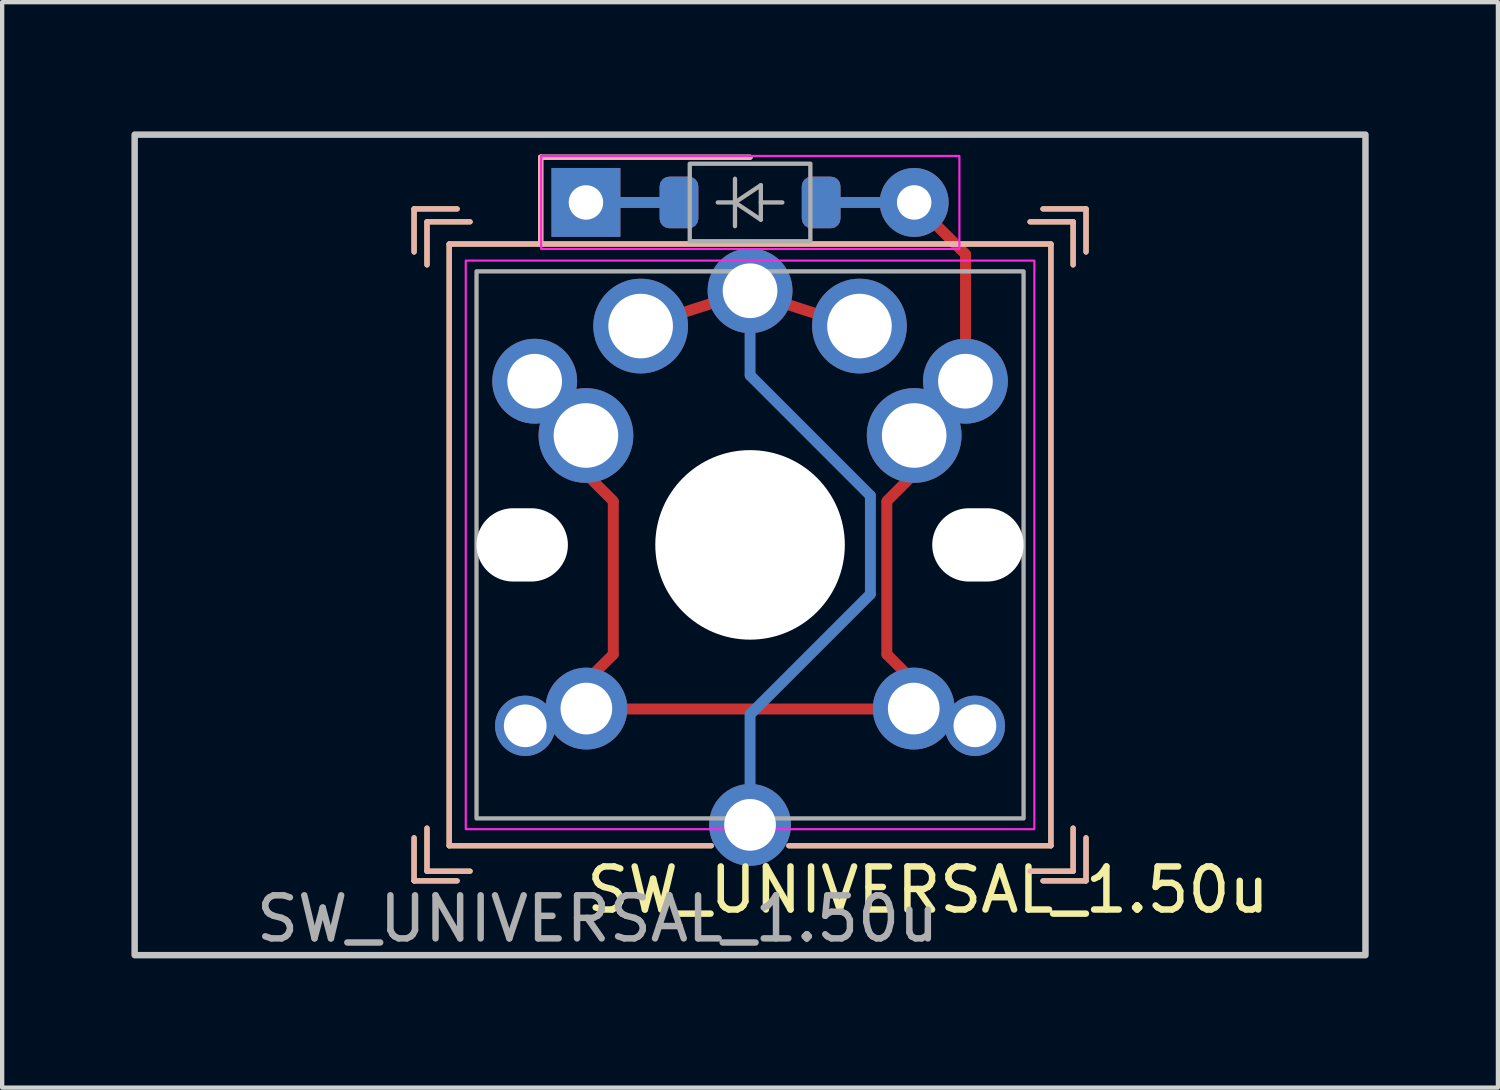
<source format=kicad_pcb>
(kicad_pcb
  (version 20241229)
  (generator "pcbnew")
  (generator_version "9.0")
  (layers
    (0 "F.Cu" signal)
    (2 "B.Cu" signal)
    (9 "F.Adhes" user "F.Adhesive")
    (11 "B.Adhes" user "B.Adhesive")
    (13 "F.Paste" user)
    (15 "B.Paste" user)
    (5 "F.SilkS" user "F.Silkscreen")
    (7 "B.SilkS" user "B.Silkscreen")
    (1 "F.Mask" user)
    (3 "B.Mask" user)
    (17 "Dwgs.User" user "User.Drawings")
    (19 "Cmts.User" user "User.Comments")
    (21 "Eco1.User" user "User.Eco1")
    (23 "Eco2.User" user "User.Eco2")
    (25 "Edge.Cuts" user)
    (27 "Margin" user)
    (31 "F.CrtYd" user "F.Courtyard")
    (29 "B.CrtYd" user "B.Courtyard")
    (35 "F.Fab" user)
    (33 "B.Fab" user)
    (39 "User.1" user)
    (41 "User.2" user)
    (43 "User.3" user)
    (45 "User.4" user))
  (footprint "SW_UNIVERSAL_1.50u"
    (layer "F.Cu")
    (at 14.363 9.6)
    (property "Reference" "SW_UNIVERSAL_1.50u" (at 4.13 8.01 0) (layer "F.SilkS") (effects (font (size 1 1) (thickness 0.15))))
    (attr through_hole)
    (fp_line (start -7.8 -7.8) (end -7.8 -6.8) (stroke (width 0.12) (type default)) (layer "F.SilkS"))
    (fp_line (start -7.8 -7.8) (end -6.8 -7.8) (stroke (width 0.12) (type default)) (layer "F.SilkS"))
    (fp_line (start -7.8 7.8) (end -7.8 6.8) (stroke (width 0.12) (type default)) (layer "F.SilkS"))
    (fp_line (start -7.8 7.8) (end -6.8 7.8) (stroke (width 0.12) (type default)) (layer "F.SilkS"))
    (fp_line (start -7.5 -7.5) (end -7.5 -6.5) (stroke (width 0.12) (type default)) (layer "F.SilkS"))
    (fp_line (start -7.5 -7.5) (end -6.5 -7.5) (stroke (width 0.12) (type default)) (layer "F.SilkS"))
    (fp_line (start -7.5 7.575) (end -7.5 6.575) (stroke (width 0.12) (type default)) (layer "F.SilkS"))
    (fp_line (start -7.5 7.575) (end -6.5 7.575) (stroke (width 0.12) (type default)) (layer "F.SilkS"))
    (fp_line (start -6.985 -6.985) (end 6.985 -6.985) (stroke (width 0.12) (type solid)) (layer "F.SilkS"))
    (fp_line (start -6.985 6.985) (end -6.985 -6.985) (stroke (width 0.12) (type solid)) (layer "F.SilkS"))
    (fp_line (start -4.86 -9) (end 0 -9) (stroke (width 0.12) (type default)) (layer "F.SilkS"))
    (fp_line (start -4.86 -7) (end -4.86 -9) (stroke (width 0.12) (type default)) (layer "F.SilkS"))
    (fp_line (start -0.9 6.985) (end -6.985 6.985) (stroke (width 0.12) (type solid)) (layer "F.SilkS"))
    (fp_line (start 6.985 -6.985) (end 6.985 6.985) (stroke (width 0.12) (type default)) (layer "F.SilkS"))
    (fp_line (start 6.985 6.985) (end 0.9 6.985) (stroke (width 0.12) (type default)) (layer "F.SilkS"))
    (fp_line (start 7.5 -7.5) (end 6.5 -7.5) (stroke (width 0.12) (type default)) (layer "F.SilkS"))
    (fp_line (start 7.5 -7.5) (end 7.5 -6.5) (stroke (width 0.12) (type default)) (layer "F.SilkS"))
    (fp_line (start 7.5 7.575) (end 6.5 7.575) (stroke (width 0.12) (type default)) (layer "F.SilkS"))
    (fp_line (start 7.5 7.575) (end 7.5 6.575) (stroke (width 0.12) (type default)) (layer "F.SilkS"))
    (fp_line (start 7.8 -7.8) (end 6.8 -7.8) (stroke (width 0.12) (type default)) (layer "F.SilkS"))
    (fp_line (start 7.8 -7.8) (end 7.8 -6.8) (stroke (width 0.12) (type default)) (layer "F.SilkS"))
    (fp_line (start 7.8 7.8) (end 6.8 7.8) (stroke (width 0.12) (type default)) (layer "F.SilkS"))
    (fp_line (start 7.8 7.8) (end 7.8 6.8) (stroke (width 0.12) (type default)) (layer "F.SilkS"))
    (fp_line (start -7.8 -6.8) (end -7.8 -7.8) (stroke (width 0.12) (type default)) (layer "B.SilkS"))
    (fp_line (start -7.8 6.8) (end -7.8 7.8) (stroke (width 0.12) (type default)) (layer "B.SilkS"))
    (fp_line (start -7.5 -6.5) (end -7.5 -7.5) (stroke (width 0.12) (type default)) (layer "B.SilkS"))
    (fp_line (start -7.5 6.575) (end -7.5 7.575) (stroke (width 0.12) (type default)) (layer "B.SilkS"))
    (fp_line (start -6.985 -6.985) (end 6.985 -6.985) (stroke (width 0.12) (type solid)) (layer "B.SilkS"))
    (fp_line (start -6.985 6.985) (end -6.985 -6.985) (stroke (width 0.12) (type default)) (layer "B.SilkS"))
    (fp_line (start -6.8 -7.8) (end -7.8 -7.8) (stroke (width 0.12) (type default)) (layer "B.SilkS"))
    (fp_line (start -6.8 7.8) (end -7.8 7.8) (stroke (width 0.12) (type default)) (layer "B.SilkS"))
    (fp_line (start -6.5 -7.5) (end -7.5 -7.5) (stroke (width 0.12) (type default)) (layer "B.SilkS"))
    (fp_line (start -6.5 7.575) (end -7.5 7.575) (stroke (width 0.12) (type default)) (layer "B.SilkS"))
    (fp_line (start -4.86 -7) (end -4.86 -9) (stroke (width 0.12) (type default)) (layer "B.SilkS"))
    (fp_line (start -0.9 6.985) (end -6.985 6.985) (stroke (width 0.12) (type default)) (layer "B.SilkS"))
    (fp_line (start 0 -9) (end -4.86 -9) (stroke (width 0.12) (type default)) (layer "B.SilkS"))
    (fp_line (start 6.5 -7.5) (end 7.5 -7.5) (stroke (width 0.12) (type default)) (layer "B.SilkS"))
    (fp_line (start 6.5 7.575) (end 7.5 7.575) (stroke (width 0.12) (type default)) (layer "B.SilkS"))
    (fp_line (start 6.8 -7.8) (end 7.8 -7.8) (stroke (width 0.12) (type default)) (layer "B.SilkS"))
    (fp_line (start 6.8 7.8) (end 7.8 7.8) (stroke (width 0.12) (type default)) (layer "B.SilkS"))
    (fp_line (start 6.985 -6.985) (end 6.985 6.985) (stroke (width 0.12) (type solid)) (layer "B.SilkS"))
    (fp_line (start 6.985 6.985) (end 0.9 6.985) (stroke (width 0.12) (type solid)) (layer "B.SilkS"))
    (fp_line (start 7.5 -6.5) (end 7.5 -7.5) (stroke (width 0.12) (type default)) (layer "B.SilkS"))
    (fp_line (start 7.5 6.575) (end 7.5 7.575) (stroke (width 0.12) (type default)) (layer "B.SilkS"))
    (fp_line (start 7.8 -6.8) (end 7.8 -7.8) (stroke (width 0.12) (type default)) (layer "B.SilkS"))
    (fp_line (start 7.8 6.8) (end 7.8 7.8) (stroke (width 0.12) (type default)) (layer "B.SilkS"))
    (fp_rect (start -14.287 -9.525) (end 14.287 9.525) (stroke (width 0.15) (type solid)) (fill no) (layer "Dwgs.User"))
    (fp_rect (start -6.6 -6.6) (end 6.6 6.6) (stroke (width 0.05) (type solid)) (fill no) (layer "F.CrtYd"))
    (fp_rect (start -4.85 -9.03) (end 4.86 -6.87) (stroke (width 0.05) (type solid)) (fill no) (layer "F.CrtYd"))
    (fp_line (start -0.75 -7.95) (end -0.35 -7.95) (stroke (width 0.1) (type solid)) (layer "F.Fab"))
    (fp_line (start -0.35 -7.95) (end -0.35 -8.5) (stroke (width 0.1) (type solid)) (layer "F.Fab"))
    (fp_line (start -0.35 -7.95) (end -0.35 -7.4) (stroke (width 0.1) (type solid)) (layer "F.Fab"))
    (fp_line (start -0.35 -7.95) (end 0.25 -8.35) (stroke (width 0.1) (type solid)) (layer "F.Fab"))
    (fp_line (start 0.25 -8.35) (end 0.25 -7.55) (stroke (width 0.1) (type solid)) (layer "F.Fab"))
    (fp_line (start 0.25 -7.95) (end 0.75 -7.95) (stroke (width 0.1) (type solid)) (layer "F.Fab"))
    (fp_line (start 0.25 -7.55) (end -0.35 -7.95) (stroke (width 0.1) (type solid)) (layer "F.Fab"))
    (fp_rect (start -6.35 -6.35) (end 6.35 6.35) (stroke (width 0.1) (type solid)) (fill no) (layer "F.Fab"))
    (fp_rect (start -1.4 -8.85) (end 1.4 -7.05) (stroke (width 0.1) (type solid)) (fill no) (layer "F.Fab"))
    (fp_line (start -8.5 -4) (end -8.5 -8.5) (stroke (width 0.12) (type default)) (layer "User.1"))
    (fp_line (start -8.5 4) (end -8.5 8.5) (stroke (width 0.12) (type default)) (layer "User.1"))
    (fp_line (start -7 -7) (end -7 -4) (stroke (width 0.12) (type default)) (layer "User.1"))
    (fp_line (start -7 -7) (end -5 -7) (stroke (width 0.12) (type default)) (layer "User.1"))
    (fp_line (start -7 -4) (end -8.5 -4) (stroke (width 0.12) (type default)) (layer "User.1"))
    (fp_line (start -7 4) (end -8.5 4) (stroke (width 0.12) (type default)) (layer "User.1"))
    (fp_line (start -7 7) (end -7 4) (stroke (width 0.12) (type default)) (layer "User.1"))
    (fp_line (start -7 7) (end -4 7) (stroke (width 0.12) (type default)) (layer "User.1"))
    (fp_line (start -5 -8.5) (end -8.5 -8.5) (stroke (width 0.12) (type default)) (layer "User.1"))
    (fp_line (start -5 -7) (end -5 -8.5) (stroke (width 0.12) (type default)) (layer "User.1"))
    (fp_line (start -4 7) (end -4 8.5) (stroke (width 0.12) (type default)) (layer "User.1"))
    (fp_line (start -4 8.5) (end -8.5 8.5) (stroke (width 0.12) (type default)) (layer "User.1"))
    (fp_line (start 4 7) (end 4 8.5) (stroke (width 0.12) (type default)) (layer "User.1"))
    (fp_line (start 4 8.5) (end 8.5 8.5) (stroke (width 0.12) (type default)) (layer "User.1"))
    (fp_line (start 5 -8.5) (end 8.5 -8.5) (stroke (width 0.12) (type default)) (layer "User.1"))
    (fp_line (start 5 -7) (end 5 -8.5) (stroke (width 0.12) (type default)) (layer "User.1"))
    (fp_line (start 7 -7) (end 5 -7) (stroke (width 0.12) (type default)) (layer "User.1"))
    (fp_line (start 7 -7) (end 7 -4) (stroke (width 0.12) (type default)) (layer "User.1"))
    (fp_line (start 7 -4) (end 8.5 -4) (stroke (width 0.12) (type default)) (layer "User.1"))
    (fp_line (start 7 4) (end 8.5 4) (stroke (width 0.12) (type default)) (layer "User.1"))
    (fp_line (start 7 7) (end 4 7) (stroke (width 0.12) (type default)) (layer "User.1"))
    (fp_line (start 7 7) (end 7 4) (stroke (width 0.12) (type default)) (layer "User.1"))
    (fp_line (start 8.5 -4) (end 8.5 -8.5) (stroke (width 0.12) (type default)) (layer "User.1"))
    (fp_line (start 8.5 4) (end 8.5 8.5) (stroke (width 0.12) (type default)) (layer "User.1"))
    (fp_rect (start -7 -9) (end 7 7) (stroke (width 0.12) (type default)) (fill no) (layer "User.2"))
    (fp_rect (start -7 -7) (end 7 7) (stroke (width 0.12) (type default)) (fill no) (layer "User.3"))
    (fp_text user "${REFERENCE}" (at -3.54 8.68 0) (layer "F.Fab") (effects (font (size 1 1) (thickness 0.15))))
    (pad "" np_thru_hole oval (at -5.29 0 180) (size 2.122 1.702) (drill oval 2.122 1.702) (layers "*.Cu" "*.Mask"))
    (pad "" np_thru_hole circle (at 0 0) (size 4.4 4.4) (drill 4.4) (layers "*.Cu" "*.Mask"))
    (pad "" np_thru_hole oval (at 5.29 0 180) (size 2.122 1.702) (drill oval 2.122 1.702) (layers "*.Cu" "*.Mask"))
    (pad "1" thru_hole circle (at -2.54 -5.08) (size 2.2 2.2) (drill 1.5) (layers "*.Cu" "*.Mask"))
    (pad "1" smd roundrect (at -1.3 -5.475 107.9) (size 0.254 1.333) (layers "F.Cu") (roundrect_rratio 0.164))
    (pad "1" smd roundrect (at -0.000001 4.826) (size 0.254 2.032) (layers "B.Cu") (roundrect_rratio 0.5))
    (pad "1" thru_hole circle (at 0 -5.9 180) (size 1.97 1.97) (drill 1.27) (layers "*.Cu" "*.Mask"))
    (pad "1" smd roundrect (at 0 -4.78) (size 0.254 1.939) (layers "B.Cu") (roundrect_rratio 0.5))
    (pad "1" thru_hole circle (at 0 6.5) (size 1.9 1.9) (drill 1.2) (layers "*.Cu" "*.Mask"))
    (pad "1" smd roundrect (at 1.2 -5.475 72.1) (size 0.254 1.333) (layers "F.Cu") (roundrect_rratio 0.164))
    (pad "1" smd roundrect (at 1.397 -2.54 225) (size 0.254 4.194) (layers "B.Cu") (roundrect_rratio 0.5))
    (pad "1" smd roundrect (at 1.397 2.54 315) (size 0.254 4.194) (layers "B.Cu") (roundrect_rratio 0.5))
    (pad "1" thru_hole circle (at 2.54 -5.08) (size 2.2 2.2) (drill 1.5) (layers "*.Cu" "*.Mask"))
    (pad "1" smd roundrect (at 2.794 0) (size 0.254 2.54) (layers "B.Cu") (roundrect_rratio 0.5))
    (pad "2" thru_hole rect (at -3.81 -7.95 90) (size 1.6 1.6) (drill 0.8) (layers "*.Cu" "*.Mask"))
    (pad "2" smd roundrect (at -2.6 -7.95 270) (size 0.254 1.333) (layers "F.Cu") (roundrect_rratio 0.164))
    (pad "2" smd roundrect (at -2.6 -7.95 270) (size 0.254 1.333) (layers "B.Cu") (roundrect_rratio 0.164))
    (pad "2" smd roundrect (at -1.65 -7.95) (size 0.9 1.2) (layers "F.Cu" "F.Mask" "F.Paste") (roundrect_rratio 0.25))
    (pad "2" smd roundrect (at -1.65 -7.95 180) (size 0.9 1.2) (layers "B.Cu" "B.Mask" "B.Paste") (roundrect_rratio 0.25))
    (pad "3" thru_hole circle (at -5.22 4.2 180) (size 1.4 1.4) (drill 0.991) (layers "*.Cu" "*.Mask"))
    (pad "3" thru_hole circle (at -5 -3.8 180) (size 1.97 1.97) (drill 1.27) (layers "*.Cu" "*.Mask"))
    (pad "3" thru_hole circle (at -3.81 -2.54) (size 2.2 2.2) (drill 1.5) (layers "*.Cu" "*.Mask"))
    (pad "3" thru_hole circle (at -3.8 3.8) (size 1.9 1.9) (drill 1.2) (layers "*.Cu" "*.Mask"))
    (pad "3" smd roundrect (at -3.429 -1.27 45) (size 0.254 0.97) (layers "F.Cu") (roundrect_rratio 0.5))
    (pad "3" smd roundrect (at -3.429 2.794 135) (size 0.254 0.97) (layers "F.Cu") (roundrect_rratio 0.5))
    (pad "3" smd roundrect (at -3.175 0.774) (size 0.254 3.785) (layers "F.Cu") (roundrect_rratio 0.5))
    (pad "3" smd roundrect (at -0.000002 3.81 90) (size 0.254 6.096) (layers "F.Cu") (roundrect_rratio 0.164))
    (pad "3" smd roundrect (at 1.65 -7.95) (size 0.9 1.2) (layers "F.Cu" "F.Mask" "F.Paste") (roundrect_rratio 0.25))
    (pad "3" smd roundrect (at 1.651 -7.95 180) (size 0.9 1.2) (layers "B.Cu" "B.Mask" "B.Paste") (roundrect_rratio 0.25))
    (pad "3" smd roundrect (at 2.5 -7.95 270) (size 0.254 1.333) (layers "F.Cu") (roundrect_rratio 0.164))
    (pad "3" smd roundrect (at 2.5 -7.95 270) (size 0.254 1.333) (layers "B.Cu") (roundrect_rratio 0.164))
    (pad "3" smd roundrect (at 3.175 0.774) (size 0.254 3.785) (layers "F.Cu") (roundrect_rratio 0.5))
    (pad "3" smd roundrect (at 3.429 -1.27 315) (size 0.254 0.97) (layers "F.Cu") (roundrect_rratio 0.5))
    (pad "3" smd roundrect (at 3.429 2.794 225) (size 0.254 0.97) (layers "F.Cu") (roundrect_rratio 0.5))
    (pad "3" thru_hole circle (at 3.8 3.8) (size 1.9 1.9) (drill 1.2) (layers "*.Cu" "*.Mask"))
    (pad "3" thru_hole oval (at 3.81 -7.95) (size 1.6 1.6) (drill 0.8) (layers "*.Cu" "*.Mask"))
    (pad "3" thru_hole circle (at 3.81 -2.54) (size 2.2 2.2) (drill 1.5) (layers "*.Cu" "*.Mask"))
    (pad "3" smd roundrect (at 4.3 -7.45 45) (size 0.254 2.24) (layers "F.Cu") (roundrect_rratio 0.5))
    (pad "3" thru_hole circle (at 5 -3.8 180) (size 1.97 1.97) (drill 1.27) (layers "*.Cu" "*.Mask"))
    (pad "3" smd roundrect (at 5.002 -5.52 180) (size 0.254 2.7) (layers "F.Cu") (roundrect_rratio 0.5))
    (pad "3" thru_hole circle (at 5.22 4.2 180) (size 1.4 1.4) (drill 0.991) (layers "*.Cu" "*.Mask")))
  (gr_rect
    (start -3 -3)
    (end 31.725 22.2)
    (stroke (width 0.1) (type default))
    (fill no)
    (layer "Edge.Cuts")))
</source>
